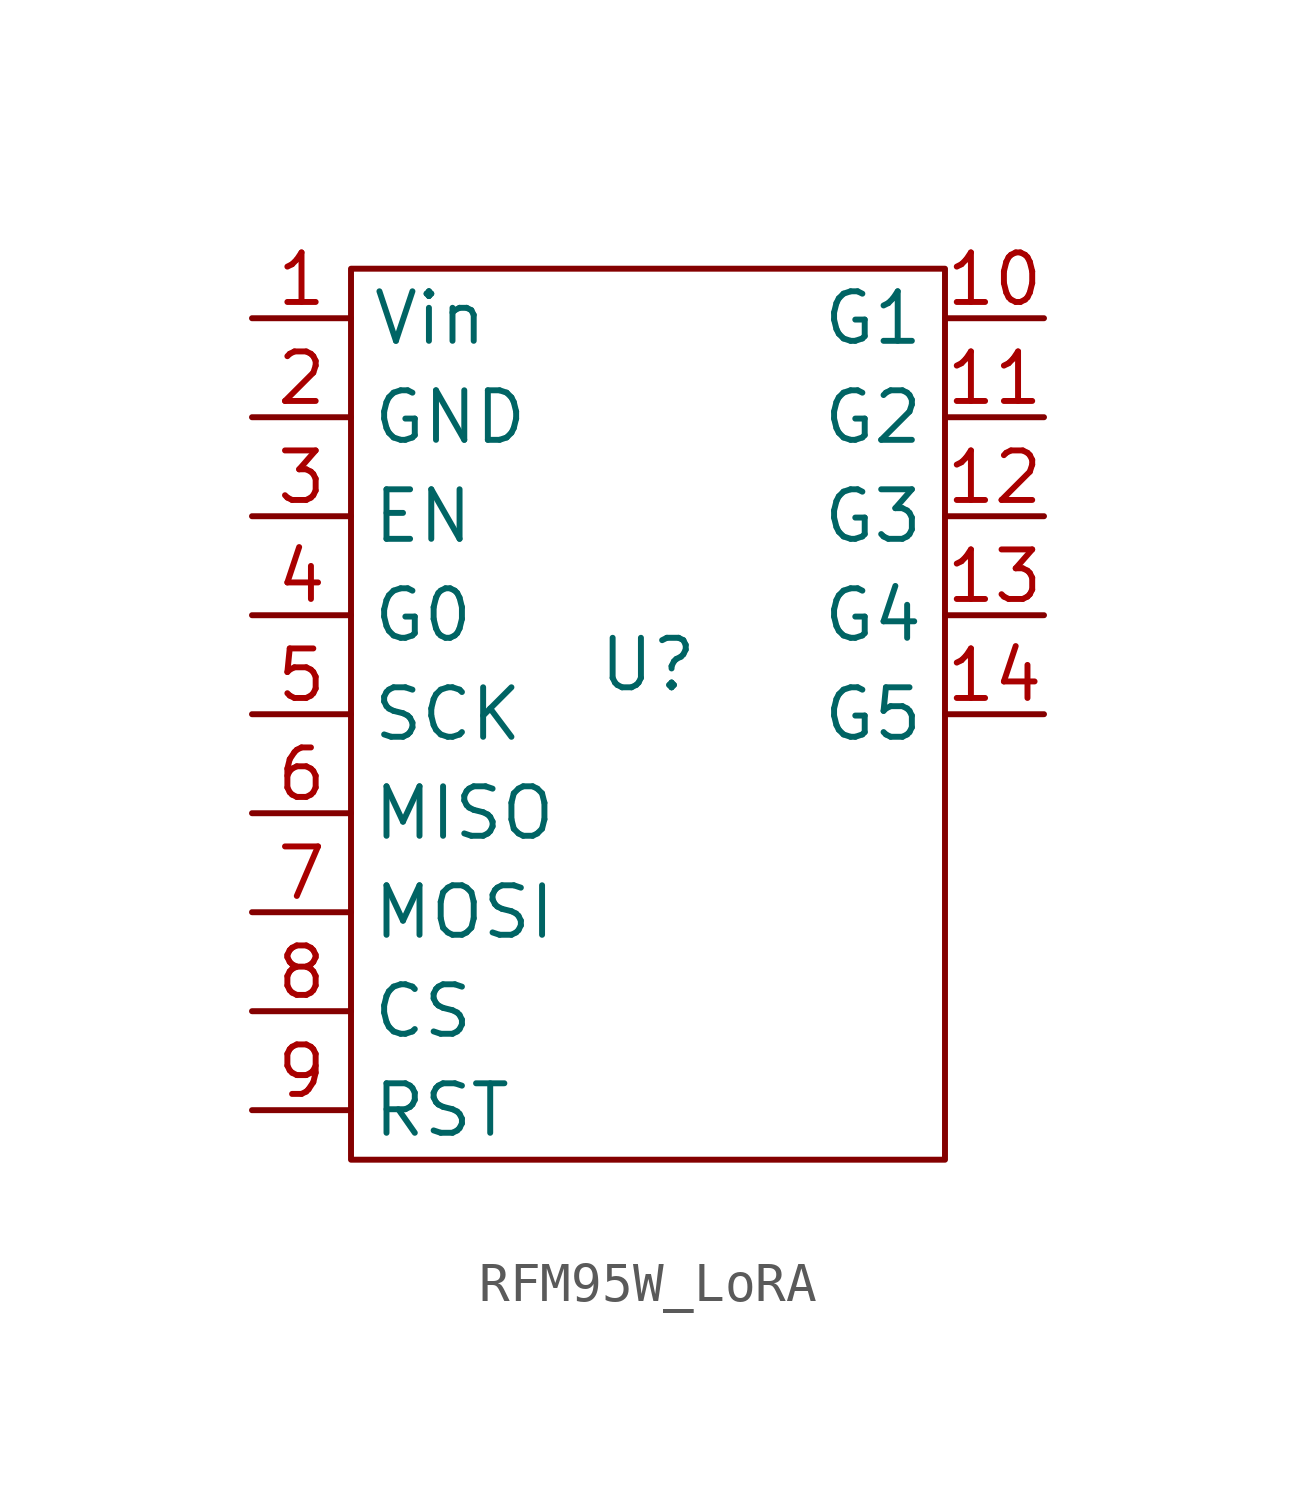
<source format=kicad_sym>
(kicad_symbol_lib
  (version 20231120)
  (generator "kicad_symbol_editor")
  (generator_version "8.0")
  (symbol "RFM95W_LoRA"
    (property "Reference" "U"
      (at 0 0 0)
      (effects (font (size 1.27 1.27))))
    (property "Value" ""
      (at 0 0 0)
      (effects (font (size 1.27 1.27))))
    (symbol "RFM95W_LoRA_0_1"
      (rectangle (start -7.62 10.16) (end 7.62 -12.7) (stroke (width 0) (type default)) (fill (type none))))
    (symbol "RFM95W_LoRA_1_1"
      (pin power_in line (at -10.16 8.89 0) (length 2.54) (name "Vin" (effects (font (size 1.27 1.27)))) (number "1" (effects (font (size 1.27 1.27)))))
      (pin unspecified line (at 10.16 8.89 180) (length 2.54) (name "G1" (effects (font (size 1.27 1.27)))) (number "10" (effects (font (size 1.27 1.27)))))
      (pin unspecified line (at 10.16 6.35 180) (length 2.54) (name "G2" (effects (font (size 1.27 1.27)))) (number "11" (effects (font (size 1.27 1.27)))))
      (pin unspecified line (at 10.16 3.81 180) (length 2.54) (name "G3" (effects (font (size 1.27 1.27)))) (number "12" (effects (font (size 1.27 1.27)))))
      (pin unspecified line (at 10.16 1.27 180) (length 2.54) (name "G4" (effects (font (size 1.27 1.27)))) (number "13" (effects (font (size 1.27 1.27)))))
      (pin unspecified line (at 10.16 -1.27 180) (length 2.54) (name "G5" (effects (font (size 1.27 1.27)))) (number "14" (effects (font (size 1.27 1.27)))))
      (pin power_in line (at -10.16 6.35 0) (length 2.54) (name "GND" (effects (font (size 1.27 1.27)))) (number "2" (effects (font (size 1.27 1.27)))))
      (pin unspecified line (at -10.16 3.81 0) (length 2.54) (name "EN" (effects (font (size 1.27 1.27)))) (number "3" (effects (font (size 1.27 1.27)))))
      (pin unspecified line (at -10.16 1.27 0) (length 2.54) (name "G0" (effects (font (size 1.27 1.27)))) (number "4" (effects (font (size 1.27 1.27)))))
      (pin unspecified line (at -10.16 -1.27 0) (length 2.54) (name "SCK" (effects (font (size 1.27 1.27)))) (number "5" (effects (font (size 1.27 1.27)))))
      (pin unspecified line (at -10.16 -3.81 0) (length 2.54) (name "MISO" (effects (font (size 1.27 1.27)))) (number "6" (effects (font (size 1.27 1.27)))))
      (pin unspecified line (at -10.16 -6.35 0) (length 2.54) (name "MOSI" (effects (font (size 1.27 1.27)))) (number "7" (effects (font (size 1.27 1.27)))))
      (pin unspecified line (at -10.16 -8.89 0) (length 2.54) (name "CS" (effects (font (size 1.27 1.27)))) (number "8" (effects (font (size 1.27 1.27)))))
      (pin unspecified line (at -10.16 -11.43 0) (length 2.54) (name "RST" (effects (font (size 1.27 1.27)))) (number "9" (effects (font (size 1.27 1.27))))))))
</source>
